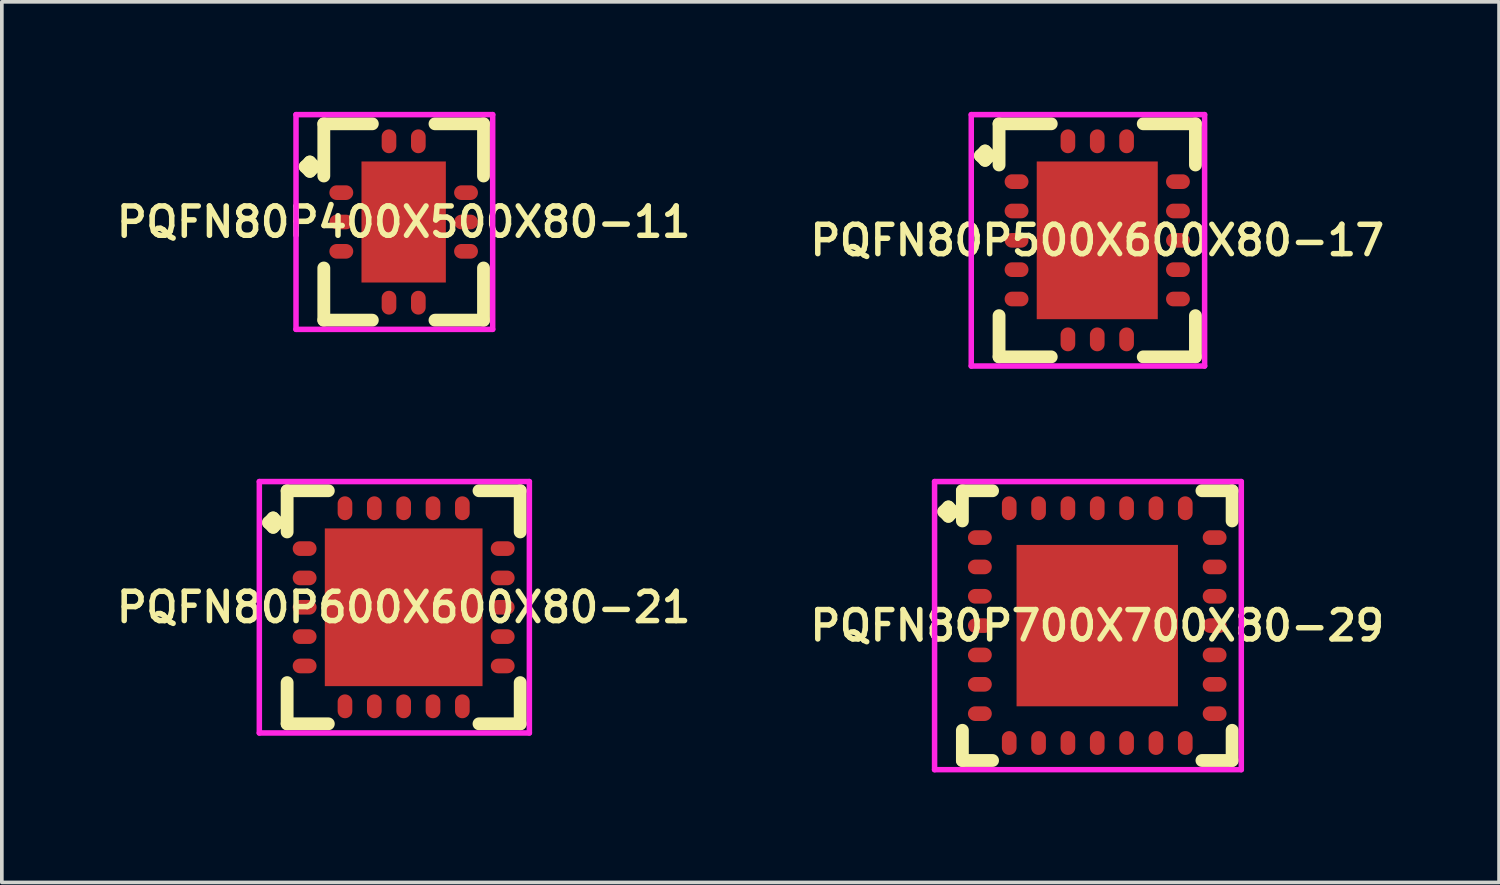
<source format=kicad_pcb>
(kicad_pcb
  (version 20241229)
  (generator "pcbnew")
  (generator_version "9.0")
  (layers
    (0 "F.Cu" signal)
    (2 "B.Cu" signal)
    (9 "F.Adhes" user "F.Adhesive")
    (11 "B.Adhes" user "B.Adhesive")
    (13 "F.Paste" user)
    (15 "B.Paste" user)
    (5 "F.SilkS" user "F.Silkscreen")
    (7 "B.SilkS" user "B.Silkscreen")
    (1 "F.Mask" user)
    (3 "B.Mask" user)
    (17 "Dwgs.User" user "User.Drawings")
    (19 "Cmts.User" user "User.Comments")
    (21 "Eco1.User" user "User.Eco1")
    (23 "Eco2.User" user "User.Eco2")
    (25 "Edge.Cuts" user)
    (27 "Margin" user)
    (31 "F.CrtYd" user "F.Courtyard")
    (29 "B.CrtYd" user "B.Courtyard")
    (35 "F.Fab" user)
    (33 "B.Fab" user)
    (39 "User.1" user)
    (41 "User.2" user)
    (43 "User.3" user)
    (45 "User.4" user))
  (footprint "PQFN80P700X700X80-29"
    (layer "F.Cu")
    (at 26.864 14.006)
    (property "Reference" "PQFN80P700X700X80-29" (at 0 0 0) (layer "F.SilkS") (effects (font (size 0.8 0.8) (thickness 0.15))))
    (attr smd)
    (fp_line (start -4.185 -3.108) (end -4.058 -3.235) (stroke (width 0.35) (type solid)) (layer "F.SilkS"))
    (fp_line (start -4.058 -3.235) (end -3.931 -3.108) (stroke (width 0.35) (type solid)) (layer "F.SilkS"))
    (fp_line (start -4.058 -2.981) (end -4.185 -3.108) (stroke (width 0.35) (type solid)) (layer "F.SilkS"))
    (fp_line (start -3.931 -3.108) (end -4.058 -2.981) (stroke (width 0.35) (type solid)) (layer "F.SilkS"))
    (fp_line (start -3.677 -3.677) (end -2.854 -3.677) (stroke (width 0.35) (type solid)) (layer "F.SilkS"))
    (fp_line (start -3.677 -2.854) (end -3.677 -3.677) (stroke (width 0.35) (type solid)) (layer "F.SilkS"))
    (fp_line (start -3.677 2.854) (end -3.677 3.677) (stroke (width 0.35) (type solid)) (layer "F.SilkS"))
    (fp_line (start -3.677 3.677) (end -2.854 3.677) (stroke (width 0.35) (type solid)) (layer "F.SilkS"))
    (fp_line (start 2.854 -3.677) (end 3.677 -3.677) (stroke (width 0.35) (type solid)) (layer "F.SilkS"))
    (fp_line (start 2.854 3.677) (end 3.677 3.677) (stroke (width 0.35) (type solid)) (layer "F.SilkS"))
    (fp_line (start 3.677 -3.677) (end 3.677 -2.854) (stroke (width 0.35) (type solid)) (layer "F.SilkS"))
    (fp_line (start 3.677 3.677) (end 3.677 2.854) (stroke (width 0.35) (type solid)) (layer "F.SilkS"))
    (fp_line (start -4.435 -3.927) (end 3.927 -3.927) (stroke (width 0.15) (type solid)) (layer "F.CrtYd"))
    (fp_line (start -4.435 3.927) (end -4.435 -3.927) (stroke (width 0.15) (type solid)) (layer "F.CrtYd"))
    (fp_line (start 3.927 -3.927) (end 3.927 3.927) (stroke (width 0.15) (type solid)) (layer "F.CrtYd"))
    (fp_line (start 3.927 3.927) (end -4.435 3.927) (stroke (width 0.15) (type solid)) (layer "F.CrtYd"))
    (pad "1" smd oval (at -3.2 -2.4) (size 0.65 0.4) (layers "F.Cu" "F.Mask" "F.Paste"))
    (pad "2" smd oval (at -3.2 -1.6) (size 0.65 0.4) (layers "F.Cu" "F.Mask" "F.Paste"))
    (pad "3" smd oval (at -3.2 -0.8) (size 0.65 0.4) (layers "F.Cu" "F.Mask" "F.Paste"))
    (pad "4" smd oval (at -3.2 0) (size 0.65 0.4) (layers "F.Cu" "F.Mask" "F.Paste"))
    (pad "5" smd oval (at -3.2 0.8) (size 0.65 0.4) (layers "F.Cu" "F.Mask" "F.Paste"))
    (pad "6" smd oval (at -3.2 1.6) (size 0.65 0.4) (layers "F.Cu" "F.Mask" "F.Paste"))
    (pad "7" smd oval (at -3.2 2.4) (size 0.65 0.4) (layers "F.Cu" "F.Mask" "F.Paste"))
    (pad "8" smd oval (at -2.4 3.2) (size 0.4 0.65) (layers "F.Cu" "F.Mask" "F.Paste"))
    (pad "9" smd oval (at -1.6 3.2) (size 0.4 0.65) (layers "F.Cu" "F.Mask" "F.Paste"))
    (pad "10" smd oval (at -0.8 3.2) (size 0.4 0.65) (layers "F.Cu" "F.Mask" "F.Paste"))
    (pad "11" smd oval (at 0 3.2) (size 0.4 0.65) (layers "F.Cu" "F.Mask" "F.Paste"))
    (pad "12" smd oval (at 0.8 3.2) (size 0.4 0.65) (layers "F.Cu" "F.Mask" "F.Paste"))
    (pad "13" smd oval (at 1.6 3.2) (size 0.4 0.65) (layers "F.Cu" "F.Mask" "F.Paste"))
    (pad "14" smd oval (at 2.4 3.2) (size 0.4 0.65) (layers "F.Cu" "F.Mask" "F.Paste"))
    (pad "15" smd oval (at 3.2 2.4) (size 0.65 0.4) (layers "F.Cu" "F.Mask" "F.Paste"))
    (pad "16" smd oval (at 3.2 1.6) (size 0.65 0.4) (layers "F.Cu" "F.Mask" "F.Paste"))
    (pad "17" smd oval (at 3.2 0.8) (size 0.65 0.4) (layers "F.Cu" "F.Mask" "F.Paste"))
    (pad "18" smd oval (at 3.2 0) (size 0.65 0.4) (layers "F.Cu" "F.Mask" "F.Paste"))
    (pad "19" smd oval (at 3.2 -0.8) (size 0.65 0.4) (layers "F.Cu" "F.Mask" "F.Paste"))
    (pad "20" smd oval (at 3.2 -1.6) (size 0.65 0.4) (layers "F.Cu" "F.Mask" "F.Paste"))
    (pad "21" smd oval (at 3.2 -2.4) (size 0.65 0.4) (layers "F.Cu" "F.Mask" "F.Paste"))
    (pad "22" smd oval (at 2.4 -3.2) (size 0.4 0.65) (layers "F.Cu" "F.Mask" "F.Paste"))
    (pad "23" smd oval (at 1.6 -3.2) (size 0.4 0.65) (layers "F.Cu" "F.Mask" "F.Paste"))
    (pad "24" smd oval (at 0.8 -3.2) (size 0.4 0.65) (layers "F.Cu" "F.Mask" "F.Paste"))
    (pad "25" smd oval (at 0 -3.2) (size 0.4 0.65) (layers "F.Cu" "F.Mask" "F.Paste"))
    (pad "26" smd oval (at -0.8 -3.2) (size 0.4 0.65) (layers "F.Cu" "F.Mask" "F.Paste"))
    (pad "27" smd oval (at -1.6 -3.2) (size 0.4 0.65) (layers "F.Cu" "F.Mask" "F.Paste"))
    (pad "28" smd oval (at -2.4 -3.2) (size 0.4 0.65) (layers "F.Cu" "F.Mask" "F.Paste"))
    (pad "29" smd rect (at 0 0) (size 4.4 4.4) (layers "F.Cu" "F.Mask" "F.Paste")))
  (footprint "PQFN80P600X600X80-21"
    (layer "F.Cu")
    (at 7.955 13.506)
    (property "Reference" "PQFN80P600X600X80-21" (at 0 0 0) (layer "F.SilkS") (effects (font (size 0.8 0.8) (thickness 0.15))))
    (attr smd)
    (fp_line (start -3.685 -2.308) (end -3.558 -2.435) (stroke (width 0.35) (type solid)) (layer "F.SilkS"))
    (fp_line (start -3.558 -2.435) (end -3.431 -2.308) (stroke (width 0.35) (type solid)) (layer "F.SilkS"))
    (fp_line (start -3.558 -2.181) (end -3.685 -2.308) (stroke (width 0.35) (type solid)) (layer "F.SilkS"))
    (fp_line (start -3.431 -2.308) (end -3.558 -2.181) (stroke (width 0.35) (type solid)) (layer "F.SilkS"))
    (fp_line (start -3.177 -3.177) (end -2.054 -3.177) (stroke (width 0.35) (type solid)) (layer "F.SilkS"))
    (fp_line (start -3.177 -2.054) (end -3.177 -3.177) (stroke (width 0.35) (type solid)) (layer "F.SilkS"))
    (fp_line (start -3.177 2.054) (end -3.177 3.177) (stroke (width 0.35) (type solid)) (layer "F.SilkS"))
    (fp_line (start -3.177 3.177) (end -2.054 3.177) (stroke (width 0.35) (type solid)) (layer "F.SilkS"))
    (fp_line (start 2.054 -3.177) (end 3.177 -3.177) (stroke (width 0.35) (type solid)) (layer "F.SilkS"))
    (fp_line (start 2.054 3.177) (end 3.177 3.177) (stroke (width 0.35) (type solid)) (layer "F.SilkS"))
    (fp_line (start 3.177 -3.177) (end 3.177 -2.054) (stroke (width 0.35) (type solid)) (layer "F.SilkS"))
    (fp_line (start 3.177 3.177) (end 3.177 2.054) (stroke (width 0.35) (type solid)) (layer "F.SilkS"))
    (fp_line (start -3.935 -3.427) (end 3.427 -3.427) (stroke (width 0.15) (type solid)) (layer "F.CrtYd"))
    (fp_line (start -3.935 3.427) (end -3.935 -3.427) (stroke (width 0.15) (type solid)) (layer "F.CrtYd"))
    (fp_line (start 3.427 -3.427) (end 3.427 3.427) (stroke (width 0.15) (type solid)) (layer "F.CrtYd"))
    (fp_line (start 3.427 3.427) (end -3.935 3.427) (stroke (width 0.15) (type solid)) (layer "F.CrtYd"))
    (pad "1" smd oval (at -2.7 -1.6) (size 0.65 0.4) (layers "F.Cu" "F.Mask" "F.Paste"))
    (pad "2" smd oval (at -2.7 -0.8) (size 0.65 0.4) (layers "F.Cu" "F.Mask" "F.Paste"))
    (pad "3" smd oval (at -2.7 0) (size 0.65 0.4) (layers "F.Cu" "F.Mask" "F.Paste"))
    (pad "4" smd oval (at -2.7 0.8) (size 0.65 0.4) (layers "F.Cu" "F.Mask" "F.Paste"))
    (pad "5" smd oval (at -2.7 1.6) (size 0.65 0.4) (layers "F.Cu" "F.Mask" "F.Paste"))
    (pad "6" smd oval (at -1.6 2.7) (size 0.4 0.65) (layers "F.Cu" "F.Mask" "F.Paste"))
    (pad "7" smd oval (at -0.8 2.7) (size 0.4 0.65) (layers "F.Cu" "F.Mask" "F.Paste"))
    (pad "8" smd oval (at 0 2.7) (size 0.4 0.65) (layers "F.Cu" "F.Mask" "F.Paste"))
    (pad "9" smd oval (at 0.8 2.7) (size 0.4 0.65) (layers "F.Cu" "F.Mask" "F.Paste"))
    (pad "10" smd oval (at 1.6 2.7) (size 0.4 0.65) (layers "F.Cu" "F.Mask" "F.Paste"))
    (pad "11" smd oval (at 2.7 1.6) (size 0.65 0.4) (layers "F.Cu" "F.Mask" "F.Paste"))
    (pad "12" smd oval (at 2.7 0.8) (size 0.65 0.4) (layers "F.Cu" "F.Mask" "F.Paste"))
    (pad "13" smd oval (at 2.7 0) (size 0.65 0.4) (layers "F.Cu" "F.Mask" "F.Paste"))
    (pad "14" smd oval (at 2.7 -0.8) (size 0.65 0.4) (layers "F.Cu" "F.Mask" "F.Paste"))
    (pad "15" smd oval (at 2.7 -1.6) (size 0.65 0.4) (layers "F.Cu" "F.Mask" "F.Paste"))
    (pad "16" smd oval (at 1.6 -2.7) (size 0.4 0.65) (layers "F.Cu" "F.Mask" "F.Paste"))
    (pad "17" smd oval (at 0.8 -2.7) (size 0.4 0.65) (layers "F.Cu" "F.Mask" "F.Paste"))
    (pad "18" smd oval (at 0 -2.7) (size 0.4 0.65) (layers "F.Cu" "F.Mask" "F.Paste"))
    (pad "19" smd oval (at -0.8 -2.7) (size 0.4 0.65) (layers "F.Cu" "F.Mask" "F.Paste"))
    (pad "20" smd oval (at -1.6 -2.7) (size 0.4 0.65) (layers "F.Cu" "F.Mask" "F.Paste"))
    (pad "21" smd rect (at 0 0) (size 4.3 4.3) (layers "F.Cu" "F.Mask" "F.Paste")))
  (footprint "PQFN80P500X600X80-17"
    (layer "F.Cu")
    (at 26.864 3.502)
    (property "Reference" "PQFN80P500X600X80-17" (at 0 0 0) (layer "F.SilkS") (effects (font (size 0.8 0.8) (thickness 0.15))))
    (attr smd)
    (fp_line (start -3.185 -2.308) (end -3.058 -2.435) (stroke (width 0.35) (type solid)) (layer "F.SilkS"))
    (fp_line (start -3.058 -2.435) (end -2.931 -2.308) (stroke (width 0.35) (type solid)) (layer "F.SilkS"))
    (fp_line (start -3.058 -2.181) (end -3.185 -2.308) (stroke (width 0.35) (type solid)) (layer "F.SilkS"))
    (fp_line (start -2.931 -2.308) (end -3.058 -2.181) (stroke (width 0.35) (type solid)) (layer "F.SilkS"))
    (fp_line (start -2.677 -3.177) (end -1.254 -3.177) (stroke (width 0.35) (type solid)) (layer "F.SilkS"))
    (fp_line (start -2.677 -2.054) (end -2.677 -3.177) (stroke (width 0.35) (type solid)) (layer "F.SilkS"))
    (fp_line (start -2.677 2.054) (end -2.677 3.177) (stroke (width 0.35) (type solid)) (layer "F.SilkS"))
    (fp_line (start -2.677 3.177) (end -1.254 3.177) (stroke (width 0.35) (type solid)) (layer "F.SilkS"))
    (fp_line (start 1.254 -3.177) (end 2.677 -3.177) (stroke (width 0.35) (type solid)) (layer "F.SilkS"))
    (fp_line (start 1.254 3.177) (end 2.677 3.177) (stroke (width 0.35) (type solid)) (layer "F.SilkS"))
    (fp_line (start 2.677 -3.177) (end 2.677 -2.054) (stroke (width 0.35) (type solid)) (layer "F.SilkS"))
    (fp_line (start 2.677 3.177) (end 2.677 2.054) (stroke (width 0.35) (type solid)) (layer "F.SilkS"))
    (fp_line (start -3.435 -3.427) (end 2.927 -3.427) (stroke (width 0.15) (type solid)) (layer "F.CrtYd"))
    (fp_line (start -3.435 3.427) (end -3.435 -3.427) (stroke (width 0.15) (type solid)) (layer "F.CrtYd"))
    (fp_line (start 2.927 -3.427) (end 2.927 3.427) (stroke (width 0.15) (type solid)) (layer "F.CrtYd"))
    (fp_line (start 2.927 3.427) (end -3.435 3.427) (stroke (width 0.15) (type solid)) (layer "F.CrtYd"))
    (pad "1" smd oval (at -2.2 -1.6) (size 0.65 0.4) (layers "F.Cu" "F.Mask" "F.Paste"))
    (pad "2" smd oval (at -2.2 -0.8) (size 0.65 0.4) (layers "F.Cu" "F.Mask" "F.Paste"))
    (pad "3" smd oval (at -2.2 0) (size 0.65 0.4) (layers "F.Cu" "F.Mask" "F.Paste"))
    (pad "4" smd oval (at -2.2 0.8) (size 0.65 0.4) (layers "F.Cu" "F.Mask" "F.Paste"))
    (pad "5" smd oval (at -2.2 1.6) (size 0.65 0.4) (layers "F.Cu" "F.Mask" "F.Paste"))
    (pad "6" smd oval (at -0.8 2.7) (size 0.4 0.65) (layers "F.Cu" "F.Mask" "F.Paste"))
    (pad "7" smd oval (at 0 2.7) (size 0.4 0.65) (layers "F.Cu" "F.Mask" "F.Paste"))
    (pad "8" smd oval (at 0.8 2.7) (size 0.4 0.65) (layers "F.Cu" "F.Mask" "F.Paste"))
    (pad "9" smd oval (at 2.2 1.6) (size 0.65 0.4) (layers "F.Cu" "F.Mask" "F.Paste"))
    (pad "10" smd oval (at 2.2 0.8) (size 0.65 0.4) (layers "F.Cu" "F.Mask" "F.Paste"))
    (pad "11" smd oval (at 2.2 0) (size 0.65 0.4) (layers "F.Cu" "F.Mask" "F.Paste"))
    (pad "12" smd oval (at 2.2 -0.8) (size 0.65 0.4) (layers "F.Cu" "F.Mask" "F.Paste"))
    (pad "13" smd oval (at 2.2 -1.6) (size 0.65 0.4) (layers "F.Cu" "F.Mask" "F.Paste"))
    (pad "14" smd oval (at 0.8 -2.7) (size 0.4 0.65) (layers "F.Cu" "F.Mask" "F.Paste"))
    (pad "15" smd oval (at 0 -2.7) (size 0.4 0.65) (layers "F.Cu" "F.Mask" "F.Paste"))
    (pad "16" smd oval (at -0.8 -2.7) (size 0.4 0.65) (layers "F.Cu" "F.Mask" "F.Paste"))
    (pad "17" smd rect (at 0 0) (size 3.3 4.3) (layers "F.Cu" "F.Mask" "F.Paste")))
  (footprint "PQFN80P400X500X80-11"
    (layer "F.Cu")
    (at 7.955 3.002)
    (property "Reference" "PQFN80P400X500X80-11" (at 0 0 0) (layer "F.SilkS") (effects (font (size 0.8 0.8) (thickness 0.15))))
    (attr smd)
    (fp_line (start -2.685 -1.508) (end -2.558 -1.635) (stroke (width 0.35) (type solid)) (layer "F.SilkS"))
    (fp_line (start -2.558 -1.635) (end -2.431 -1.508) (stroke (width 0.35) (type solid)) (layer "F.SilkS"))
    (fp_line (start -2.558 -1.381) (end -2.685 -1.508) (stroke (width 0.35) (type solid)) (layer "F.SilkS"))
    (fp_line (start -2.431 -1.508) (end -2.558 -1.381) (stroke (width 0.35) (type solid)) (layer "F.SilkS"))
    (fp_line (start -2.177 -2.677) (end -0.854 -2.677) (stroke (width 0.35) (type solid)) (layer "F.SilkS"))
    (fp_line (start -2.177 -1.254) (end -2.177 -2.677) (stroke (width 0.35) (type solid)) (layer "F.SilkS"))
    (fp_line (start -2.177 1.254) (end -2.177 2.677) (stroke (width 0.35) (type solid)) (layer "F.SilkS"))
    (fp_line (start -2.177 2.677) (end -0.854 2.677) (stroke (width 0.35) (type solid)) (layer "F.SilkS"))
    (fp_line (start 0.854 -2.677) (end 2.177 -2.677) (stroke (width 0.35) (type solid)) (layer "F.SilkS"))
    (fp_line (start 0.854 2.677) (end 2.177 2.677) (stroke (width 0.35) (type solid)) (layer "F.SilkS"))
    (fp_line (start 2.177 -2.677) (end 2.177 -1.254) (stroke (width 0.35) (type solid)) (layer "F.SilkS"))
    (fp_line (start 2.177 2.677) (end 2.177 1.254) (stroke (width 0.35) (type solid)) (layer "F.SilkS"))
    (fp_line (start -2.935 -2.927) (end 2.427 -2.927) (stroke (width 0.15) (type solid)) (layer "F.CrtYd"))
    (fp_line (start -2.935 2.927) (end -2.935 -2.927) (stroke (width 0.15) (type solid)) (layer "F.CrtYd"))
    (fp_line (start 2.427 -2.927) (end 2.427 2.927) (stroke (width 0.15) (type solid)) (layer "F.CrtYd"))
    (fp_line (start 2.427 2.927) (end -2.935 2.927) (stroke (width 0.15) (type solid)) (layer "F.CrtYd"))
    (pad "1" smd oval (at -1.7 -0.8) (size 0.65 0.4) (layers "F.Cu" "F.Mask" "F.Paste"))
    (pad "2" smd oval (at -1.7 0) (size 0.65 0.4) (layers "F.Cu" "F.Mask" "F.Paste"))
    (pad "3" smd oval (at -1.7 0.8) (size 0.65 0.4) (layers "F.Cu" "F.Mask" "F.Paste"))
    (pad "4" smd oval (at -0.4 2.2) (size 0.4 0.65) (layers "F.Cu" "F.Mask" "F.Paste"))
    (pad "5" smd oval (at 0.4 2.2) (size 0.4 0.65) (layers "F.Cu" "F.Mask" "F.Paste"))
    (pad "6" smd oval (at 1.7 0.8) (size 0.65 0.4) (layers "F.Cu" "F.Mask" "F.Paste"))
    (pad "7" smd oval (at 1.7 0) (size 0.65 0.4) (layers "F.Cu" "F.Mask" "F.Paste"))
    (pad "8" smd oval (at 1.7 -0.8) (size 0.65 0.4) (layers "F.Cu" "F.Mask" "F.Paste"))
    (pad "9" smd oval (at 0.4 -2.2) (size 0.4 0.65) (layers "F.Cu" "F.Mask" "F.Paste"))
    (pad "10" smd oval (at -0.4 -2.2) (size 0.4 0.65) (layers "F.Cu" "F.Mask" "F.Paste"))
    (pad "11" smd rect (at 0 0) (size 2.3 3.3) (layers "F.Cu" "F.Mask" "F.Paste")))
  (gr_rect
    (start -3 -3)
    (end 37.818 21.008)
    (stroke (width 0.1) (type default))
    (fill no)
    (layer "Edge.Cuts")))
</source>
